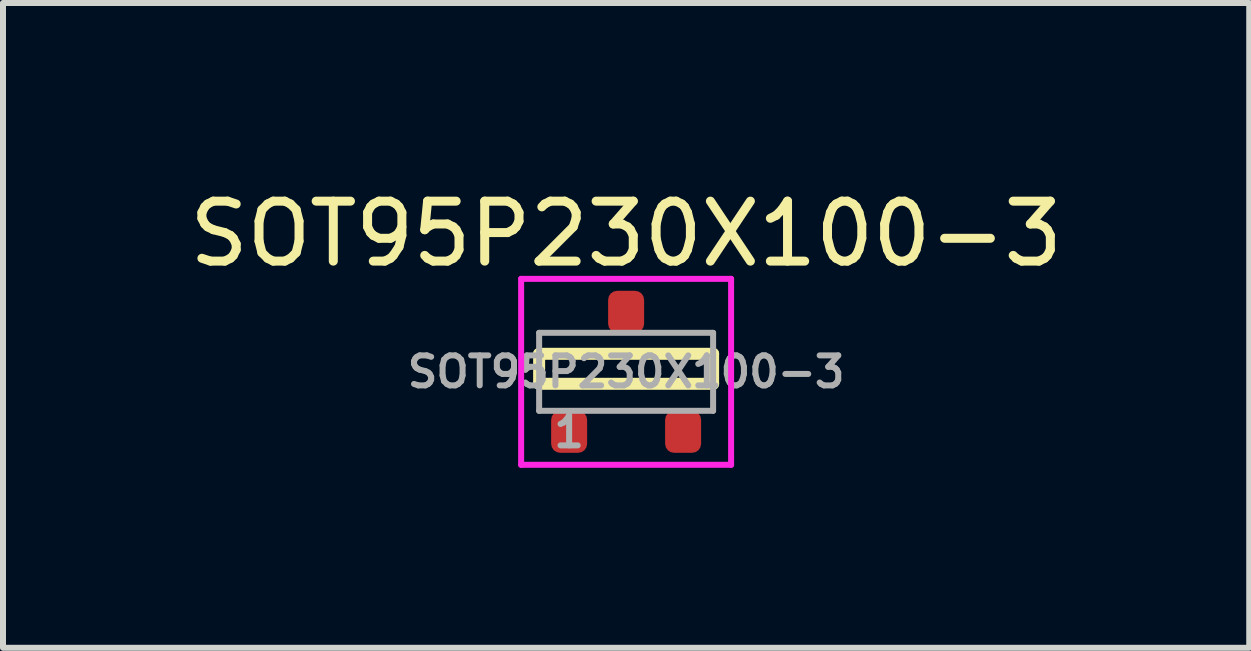
<source format=kicad_pcb>
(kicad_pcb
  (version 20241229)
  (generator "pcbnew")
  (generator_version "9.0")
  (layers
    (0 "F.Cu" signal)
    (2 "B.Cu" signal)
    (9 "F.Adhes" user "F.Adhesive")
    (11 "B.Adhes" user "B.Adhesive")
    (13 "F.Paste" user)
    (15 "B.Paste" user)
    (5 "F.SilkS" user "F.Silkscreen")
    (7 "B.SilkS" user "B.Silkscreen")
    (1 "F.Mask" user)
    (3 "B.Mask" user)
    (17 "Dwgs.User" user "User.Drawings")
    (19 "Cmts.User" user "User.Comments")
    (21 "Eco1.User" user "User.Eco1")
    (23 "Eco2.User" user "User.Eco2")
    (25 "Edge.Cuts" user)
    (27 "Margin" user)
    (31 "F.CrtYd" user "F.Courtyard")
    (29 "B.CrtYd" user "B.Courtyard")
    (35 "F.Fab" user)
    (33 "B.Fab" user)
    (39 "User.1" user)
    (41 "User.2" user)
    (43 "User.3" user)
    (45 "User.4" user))
  (footprint "SOT95P230X100-3"
    (layer "F.Cu")
    (at 7.387 3.148)
    (property "Reference" "SOT95P230X100-3" (at 0 0 0) (layer "F.Fab") (effects (font (size 0.5 0.5) (thickness 0.1))))
    (attr through_hole)
    (fp_line (start -1.45 -0.3) (end 1.45 -0.3) (stroke (width 0.2) (type solid)) (layer "F.SilkS"))
    (fp_line (start -1.45 0.2) (end -1.45 -0.3) (stroke (width 0.2) (type solid)) (layer "F.SilkS"))
    (fp_line (start 1.45 -0.3) (end 1.45 0.2) (stroke (width 0.2) (type solid)) (layer "F.SilkS"))
    (fp_line (start 1.45 0.2) (end -1.45 0.2) (stroke (width 0.2) (type solid)) (layer "F.SilkS"))
    (fp_line (start -1.75 -1.55) (end 1.75 -1.55) (stroke (width 0.1) (type solid)) (layer "F.CrtYd"))
    (fp_line (start -1.75 1.55) (end -1.75 -1.55) (stroke (width 0.1) (type solid)) (layer "F.CrtYd"))
    (fp_line (start 1.75 -1.55) (end 1.75 1.55) (stroke (width 0.1) (type solid)) (layer "F.CrtYd"))
    (fp_line (start 1.75 1.55) (end -1.75 1.55) (stroke (width 0.1) (type solid)) (layer "F.CrtYd"))
    (fp_line (start -1.45 -0.65) (end 1.45 -0.65) (stroke (width 0.1) (type solid)) (layer "F.Fab"))
    (fp_line (start -1.45 0.65) (end -1.45 -0.65) (stroke (width 0.1) (type solid)) (layer "F.Fab"))
    (fp_line (start 1.45 -0.65) (end 1.45 0.65) (stroke (width 0.1) (type solid)) (layer "F.Fab"))
    (fp_line (start 1.45 0.65) (end -1.45 0.65) (stroke (width 0.1) (type solid)) (layer "F.Fab"))
    (fp_text user "${REFERENCE}" (at 0 -2.3 0) (layer "F.SilkS") (effects (font (size 1 1) (thickness 0.15))))
    (fp_text user "1" (at -0.95 1 0) (layer "F.Fab") (effects (font (size 0.5 0.5) (thickness 0.1))))
    (pad "1" smd roundrect (at -0.95 1) (size 0.6 0.7) (layers "F.Cu" "F.Mask" "F.Paste") (roundrect_rratio 0.25))
    (pad "2" smd roundrect (at 0.95 1) (size 0.6 0.7) (layers "F.Cu" "F.Mask" "F.Paste") (roundrect_rratio 0.25))
    (pad "3" smd roundrect (at 0 -1) (size 0.6 0.7) (layers "F.Cu" "F.Mask" "F.Paste") (roundrect_rratio 0.25)))
  (gr_rect
    (start -3 -3)
    (end 17.774 7.748)
    (stroke (width 0.1) (type default))
    (fill no)
    (layer "Edge.Cuts")))
</source>
